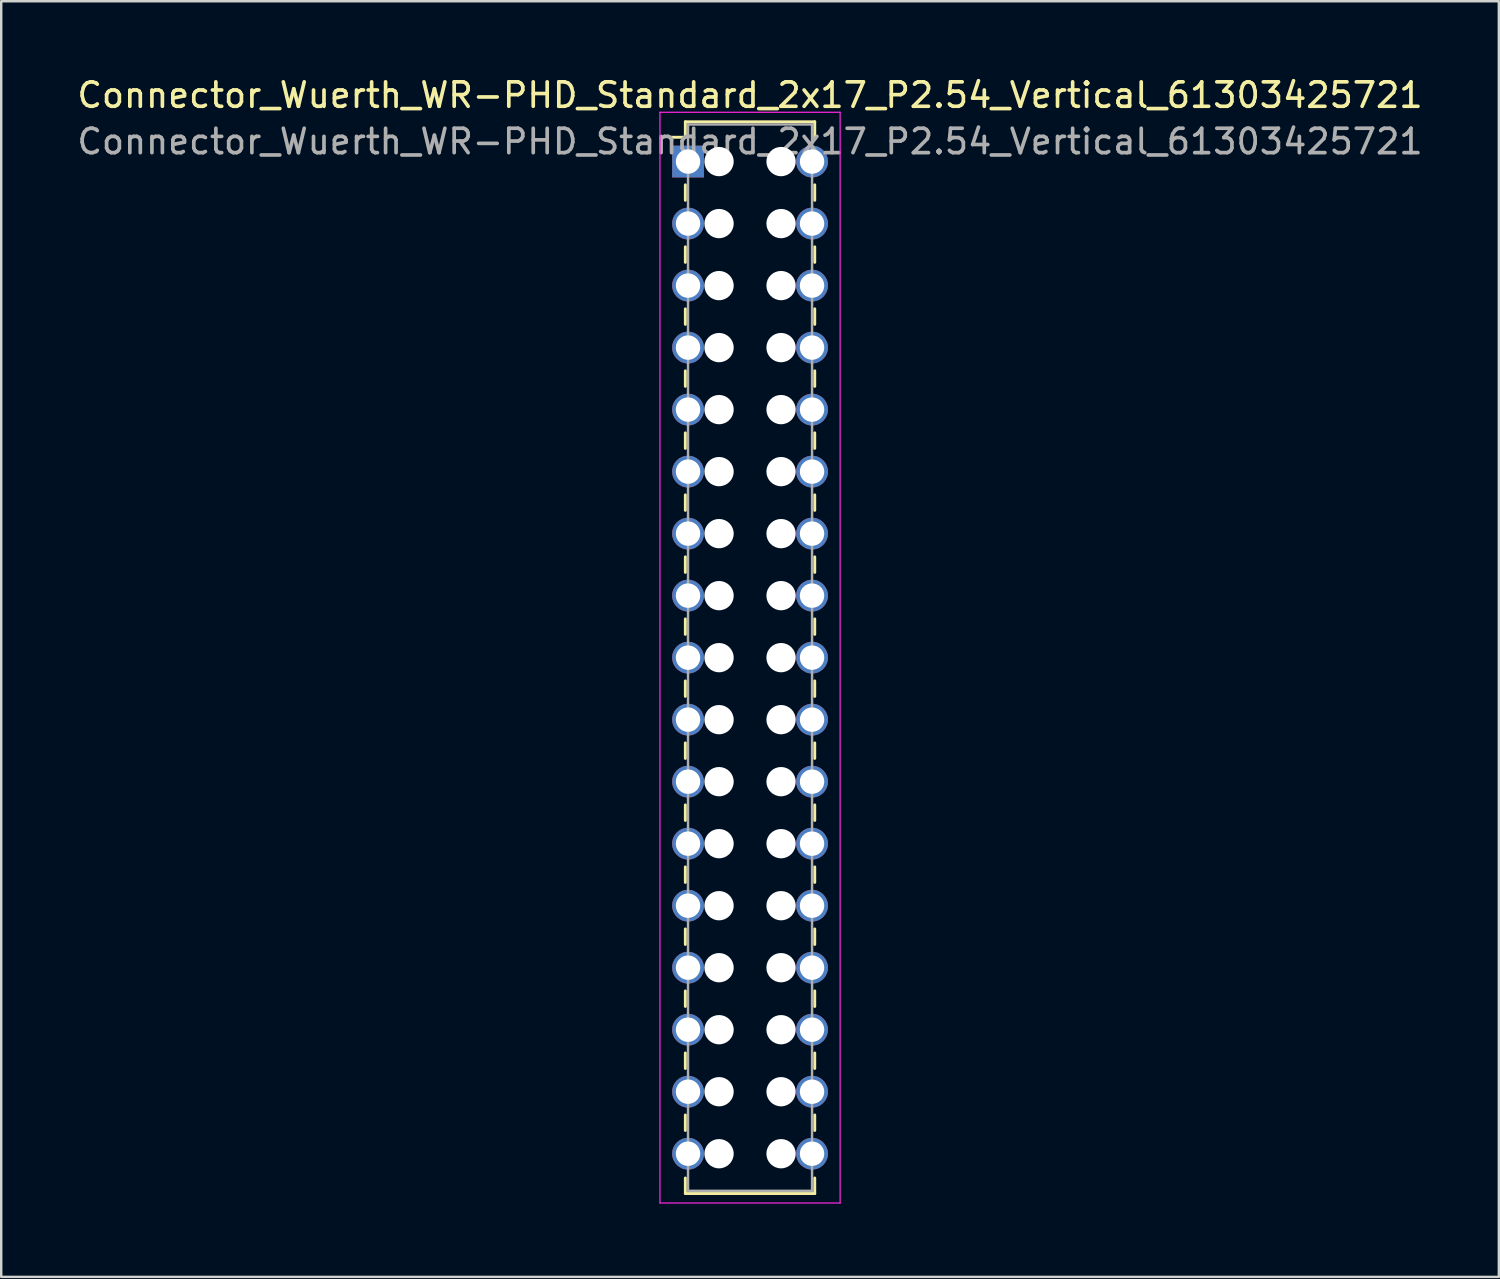
<source format=kicad_pcb>
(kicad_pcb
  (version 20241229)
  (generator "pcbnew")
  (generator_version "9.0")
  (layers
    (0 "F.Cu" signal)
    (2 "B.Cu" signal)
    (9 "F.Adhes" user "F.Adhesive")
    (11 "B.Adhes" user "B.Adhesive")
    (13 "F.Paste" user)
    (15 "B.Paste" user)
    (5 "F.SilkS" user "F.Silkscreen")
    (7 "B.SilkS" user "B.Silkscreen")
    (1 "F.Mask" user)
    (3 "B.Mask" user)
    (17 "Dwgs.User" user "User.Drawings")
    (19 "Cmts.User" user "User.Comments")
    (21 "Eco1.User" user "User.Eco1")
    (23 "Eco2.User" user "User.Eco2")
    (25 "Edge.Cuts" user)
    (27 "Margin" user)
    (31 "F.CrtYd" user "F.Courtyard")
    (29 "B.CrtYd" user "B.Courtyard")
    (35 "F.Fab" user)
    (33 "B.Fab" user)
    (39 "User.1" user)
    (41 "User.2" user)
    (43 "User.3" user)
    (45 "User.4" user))
  (footprint "Connector_Wuerth_WR-PHD_Standard_2x17_P2.54_Vertical_61303425721"
    (layer "F.Cu")
    (at 25.133 3.568)
    (property "Reference" "Connector_Wuerth_WR-PHD_Standard_2x17_P2.54_Vertical_61303425721" (at 2.54 -2.72 0) (layer "F.SilkS") (effects (font (size 1 1) (thickness 0.15))))
    (attr through_hole)
    (fp_line (start -0.11 -1.63) (end -0.11 -0.995) (stroke (width 0.12) (type solid)) (layer "F.SilkS"))
    (fp_line (start -0.11 -1.63) (end 5.19 -1.63) (stroke (width 0.12) (type solid)) (layer "F.SilkS"))
    (fp_line (start -0.11 -0.995) (end -0.745 -0.995) (stroke (width 0.12) (type solid)) (layer "F.SilkS"))
    (fp_line (start -0.11 0.953) (end -0.11 1.587) (stroke (width 0.12) (type solid)) (layer "F.SilkS"))
    (fp_line (start -0.11 3.493) (end -0.11 4.128) (stroke (width 0.12) (type solid)) (layer "F.SilkS"))
    (fp_line (start -0.11 6.032) (end -0.11 6.668) (stroke (width 0.12) (type solid)) (layer "F.SilkS"))
    (fp_line (start -0.11 8.572) (end -0.11 9.207) (stroke (width 0.12) (type solid)) (layer "F.SilkS"))
    (fp_line (start -0.11 11.113) (end -0.11 11.748) (stroke (width 0.12) (type solid)) (layer "F.SilkS"))
    (fp_line (start -0.11 13.652) (end -0.11 14.287) (stroke (width 0.12) (type solid)) (layer "F.SilkS"))
    (fp_line (start -0.11 16.192) (end -0.11 16.828) (stroke (width 0.12) (type solid)) (layer "F.SilkS"))
    (fp_line (start -0.11 18.733) (end -0.11 19.367) (stroke (width 0.12) (type solid)) (layer "F.SilkS"))
    (fp_line (start -0.11 21.273) (end -0.11 21.907) (stroke (width 0.12) (type solid)) (layer "F.SilkS"))
    (fp_line (start -0.11 23.812) (end -0.11 24.448) (stroke (width 0.12) (type solid)) (layer "F.SilkS"))
    (fp_line (start -0.11 26.352) (end -0.11 26.988) (stroke (width 0.12) (type solid)) (layer "F.SilkS"))
    (fp_line (start -0.11 28.892) (end -0.11 29.527) (stroke (width 0.12) (type solid)) (layer "F.SilkS"))
    (fp_line (start -0.11 31.433) (end -0.11 32.068) (stroke (width 0.12) (type solid)) (layer "F.SilkS"))
    (fp_line (start -0.11 33.972) (end -0.11 34.608) (stroke (width 0.12) (type solid)) (layer "F.SilkS"))
    (fp_line (start -0.11 36.513) (end -0.11 37.148) (stroke (width 0.12) (type solid)) (layer "F.SilkS"))
    (fp_line (start -0.11 39.053) (end -0.11 39.688) (stroke (width 0.12) (type solid)) (layer "F.SilkS"))
    (fp_line (start -0.11 42.27) (end -0.11 41.635) (stroke (width 0.12) (type solid)) (layer "F.SilkS"))
    (fp_line (start -0.11 42.27) (end 5.19 42.27) (stroke (width 0.12) (type solid)) (layer "F.SilkS"))
    (fp_line (start 5.19 -1.63) (end 5.19 -0.995) (stroke (width 0.12) (type solid)) (layer "F.SilkS"))
    (fp_line (start 5.19 0.953) (end 5.19 1.587) (stroke (width 0.12) (type solid)) (layer "F.SilkS"))
    (fp_line (start 5.19 3.493) (end 5.19 4.128) (stroke (width 0.12) (type solid)) (layer "F.SilkS"))
    (fp_line (start 5.19 6.032) (end 5.19 6.668) (stroke (width 0.12) (type solid)) (layer "F.SilkS"))
    (fp_line (start 5.19 8.572) (end 5.19 9.207) (stroke (width 0.12) (type solid)) (layer "F.SilkS"))
    (fp_line (start 5.19 11.113) (end 5.19 11.748) (stroke (width 0.12) (type solid)) (layer "F.SilkS"))
    (fp_line (start 5.19 13.652) (end 5.19 14.287) (stroke (width 0.12) (type solid)) (layer "F.SilkS"))
    (fp_line (start 5.19 16.192) (end 5.19 16.828) (stroke (width 0.12) (type solid)) (layer "F.SilkS"))
    (fp_line (start 5.19 18.733) (end 5.19 19.367) (stroke (width 0.12) (type solid)) (layer "F.SilkS"))
    (fp_line (start 5.19 21.273) (end 5.19 21.907) (stroke (width 0.12) (type solid)) (layer "F.SilkS"))
    (fp_line (start 5.19 23.812) (end 5.19 24.448) (stroke (width 0.12) (type solid)) (layer "F.SilkS"))
    (fp_line (start 5.19 26.352) (end 5.19 26.988) (stroke (width 0.12) (type solid)) (layer "F.SilkS"))
    (fp_line (start 5.19 28.892) (end 5.19 29.527) (stroke (width 0.12) (type solid)) (layer "F.SilkS"))
    (fp_line (start 5.19 31.433) (end 5.19 32.068) (stroke (width 0.12) (type solid)) (layer "F.SilkS"))
    (fp_line (start 5.19 33.972) (end 5.19 34.608) (stroke (width 0.12) (type solid)) (layer "F.SilkS"))
    (fp_line (start 5.19 36.513) (end 5.19 37.148) (stroke (width 0.12) (type solid)) (layer "F.SilkS"))
    (fp_line (start 5.19 39.053) (end 5.19 39.688) (stroke (width 0.12) (type solid)) (layer "F.SilkS"))
    (fp_line (start 5.19 42.27) (end 5.19 41.635) (stroke (width 0.12) (type solid)) (layer "F.SilkS"))
    (fp_line (start -1.15 -2.02) (end -1.15 42.66) (stroke (width 0.05) (type solid)) (layer "F.CrtYd"))
    (fp_line (start -1.15 42.66) (end 6.23 42.66) (stroke (width 0.05) (type solid)) (layer "F.CrtYd"))
    (fp_line (start 6.23 -2.02) (end -1.15 -2.02) (stroke (width 0.05) (type solid)) (layer "F.CrtYd"))
    (fp_line (start 6.23 42.66) (end 6.23 -2.02) (stroke (width 0.05) (type solid)) (layer "F.CrtYd"))
    (fp_line (start 0 -1.52) (end 0 42.16) (stroke (width 0.1) (type solid)) (layer "F.Fab"))
    (fp_line (start 0 42.16) (end 5.08 42.16) (stroke (width 0.1) (type solid)) (layer "F.Fab"))
    (fp_line (start 5.08 -1.52) (end 0 -1.52) (stroke (width 0.1) (type solid)) (layer "F.Fab"))
    (fp_line (start 5.08 42.16) (end 5.08 -1.52) (stroke (width 0.1) (type solid)) (layer "F.Fab"))
    (fp_text user "${REFERENCE}" (at 2.54 -0.82 0) (layer "F.Fab") (effects (font (size 1 1) (thickness 0.15))))
    (pad "" np_thru_hole circle (at 1.27 0) (size 1.2 1.2) (drill 1.2) (layers "*.Cu" "*.Mask"))
    (pad "" np_thru_hole circle (at 1.27 2.54) (size 1.2 1.2) (drill 1.2) (layers "*.Cu" "*.Mask"))
    (pad "" np_thru_hole circle (at 1.27 5.08) (size 1.2 1.2) (drill 1.2) (layers "*.Cu" "*.Mask"))
    (pad "" np_thru_hole circle (at 1.27 7.62) (size 1.2 1.2) (drill 1.2) (layers "*.Cu" "*.Mask"))
    (pad "" np_thru_hole circle (at 1.27 10.16) (size 1.2 1.2) (drill 1.2) (layers "*.Cu" "*.Mask"))
    (pad "" np_thru_hole circle (at 1.27 12.7) (size 1.2 1.2) (drill 1.2) (layers "*.Cu" "*.Mask"))
    (pad "" np_thru_hole circle (at 1.27 15.24) (size 1.2 1.2) (drill 1.2) (layers "*.Cu" "*.Mask"))
    (pad "" np_thru_hole circle (at 1.27 17.78) (size 1.2 1.2) (drill 1.2) (layers "*.Cu" "*.Mask"))
    (pad "" np_thru_hole circle (at 1.27 20.32) (size 1.2 1.2) (drill 1.2) (layers "*.Cu" "*.Mask"))
    (pad "" np_thru_hole circle (at 1.27 22.86) (size 1.2 1.2) (drill 1.2) (layers "*.Cu" "*.Mask"))
    (pad "" np_thru_hole circle (at 1.27 25.4) (size 1.2 1.2) (drill 1.2) (layers "*.Cu" "*.Mask"))
    (pad "" np_thru_hole circle (at 1.27 27.94) (size 1.2 1.2) (drill 1.2) (layers "*.Cu" "*.Mask"))
    (pad "" np_thru_hole circle (at 1.27 30.48) (size 1.2 1.2) (drill 1.2) (layers "*.Cu" "*.Mask"))
    (pad "" np_thru_hole circle (at 1.27 33.02) (size 1.2 1.2) (drill 1.2) (layers "*.Cu" "*.Mask"))
    (pad "" np_thru_hole circle (at 1.27 35.56) (size 1.2 1.2) (drill 1.2) (layers "*.Cu" "*.Mask"))
    (pad "" np_thru_hole circle (at 1.27 38.1) (size 1.2 1.2) (drill 1.2) (layers "*.Cu" "*.Mask"))
    (pad "" np_thru_hole circle (at 1.27 40.64) (size 1.2 1.2) (drill 1.2) (layers "*.Cu" "*.Mask"))
    (pad "" np_thru_hole circle (at 3.81 0) (size 1.2 1.2) (drill 1.2) (layers "*.Cu" "*.Mask"))
    (pad "" np_thru_hole circle (at 3.81 2.54) (size 1.2 1.2) (drill 1.2) (layers "*.Cu" "*.Mask"))
    (pad "" np_thru_hole circle (at 3.81 5.08) (size 1.2 1.2) (drill 1.2) (layers "*.Cu" "*.Mask"))
    (pad "" np_thru_hole circle (at 3.81 7.62) (size 1.2 1.2) (drill 1.2) (layers "*.Cu" "*.Mask"))
    (pad "" np_thru_hole circle (at 3.81 10.16) (size 1.2 1.2) (drill 1.2) (layers "*.Cu" "*.Mask"))
    (pad "" np_thru_hole circle (at 3.81 12.7) (size 1.2 1.2) (drill 1.2) (layers "*.Cu" "*.Mask"))
    (pad "" np_thru_hole circle (at 3.81 15.24) (size 1.2 1.2) (drill 1.2) (layers "*.Cu" "*.Mask"))
    (pad "" np_thru_hole circle (at 3.81 17.78) (size 1.2 1.2) (drill 1.2) (layers "*.Cu" "*.Mask"))
    (pad "" np_thru_hole circle (at 3.81 20.32) (size 1.2 1.2) (drill 1.2) (layers "*.Cu" "*.Mask"))
    (pad "" np_thru_hole circle (at 3.81 22.86) (size 1.2 1.2) (drill 1.2) (layers "*.Cu" "*.Mask"))
    (pad "" np_thru_hole circle (at 3.81 25.4) (size 1.2 1.2) (drill 1.2) (layers "*.Cu" "*.Mask"))
    (pad "" np_thru_hole circle (at 3.81 27.94) (size 1.2 1.2) (drill 1.2) (layers "*.Cu" "*.Mask"))
    (pad "" np_thru_hole circle (at 3.81 30.48) (size 1.2 1.2) (drill 1.2) (layers "*.Cu" "*.Mask"))
    (pad "" np_thru_hole circle (at 3.81 33.02) (size 1.2 1.2) (drill 1.2) (layers "*.Cu" "*.Mask"))
    (pad "" np_thru_hole circle (at 3.81 35.56) (size 1.2 1.2) (drill 1.2) (layers "*.Cu" "*.Mask"))
    (pad "" np_thru_hole circle (at 3.81 38.1) (size 1.2 1.2) (drill 1.2) (layers "*.Cu" "*.Mask"))
    (pad "" np_thru_hole circle (at 3.81 40.64) (size 1.2 1.2) (drill 1.2) (layers "*.Cu" "*.Mask"))
    (pad "1" thru_hole rect (at 0 0) (size 1.3 1.3) (drill 1) (layers "*.Cu" "*.Mask"))
    (pad "2" thru_hole circle (at 5.08 0) (size 1.3 1.3) (drill 1) (layers "*.Cu" "*.Mask"))
    (pad "3" thru_hole circle (at 0 2.54) (size 1.3 1.3) (drill 1) (layers "*.Cu" "*.Mask"))
    (pad "4" thru_hole circle (at 5.08 2.54) (size 1.3 1.3) (drill 1) (layers "*.Cu" "*.Mask"))
    (pad "5" thru_hole circle (at 0 5.08) (size 1.3 1.3) (drill 1) (layers "*.Cu" "*.Mask"))
    (pad "6" thru_hole circle (at 5.08 5.08) (size 1.3 1.3) (drill 1) (layers "*.Cu" "*.Mask"))
    (pad "7" thru_hole circle (at 0 7.62) (size 1.3 1.3) (drill 1) (layers "*.Cu" "*.Mask"))
    (pad "8" thru_hole circle (at 5.08 7.62) (size 1.3 1.3) (drill 1) (layers "*.Cu" "*.Mask"))
    (pad "9" thru_hole circle (at 0 10.16) (size 1.3 1.3) (drill 1) (layers "*.Cu" "*.Mask"))
    (pad "10" thru_hole circle (at 5.08 10.16) (size 1.3 1.3) (drill 1) (layers "*.Cu" "*.Mask"))
    (pad "11" thru_hole circle (at 0 12.7) (size 1.3 1.3) (drill 1) (layers "*.Cu" "*.Mask"))
    (pad "12" thru_hole circle (at 5.08 12.7) (size 1.3 1.3) (drill 1) (layers "*.Cu" "*.Mask"))
    (pad "13" thru_hole circle (at 0 15.24) (size 1.3 1.3) (drill 1) (layers "*.Cu" "*.Mask"))
    (pad "14" thru_hole circle (at 5.08 15.24) (size 1.3 1.3) (drill 1) (layers "*.Cu" "*.Mask"))
    (pad "15" thru_hole circle (at 0 17.78) (size 1.3 1.3) (drill 1) (layers "*.Cu" "*.Mask"))
    (pad "16" thru_hole circle (at 5.08 17.78) (size 1.3 1.3) (drill 1) (layers "*.Cu" "*.Mask"))
    (pad "17" thru_hole circle (at 0 20.32) (size 1.3 1.3) (drill 1) (layers "*.Cu" "*.Mask"))
    (pad "18" thru_hole circle (at 5.08 20.32) (size 1.3 1.3) (drill 1) (layers "*.Cu" "*.Mask"))
    (pad "19" thru_hole circle (at 0 22.86) (size 1.3 1.3) (drill 1) (layers "*.Cu" "*.Mask"))
    (pad "20" thru_hole circle (at 5.08 22.86) (size 1.3 1.3) (drill 1) (layers "*.Cu" "*.Mask"))
    (pad "21" thru_hole circle (at 0 25.4) (size 1.3 1.3) (drill 1) (layers "*.Cu" "*.Mask"))
    (pad "22" thru_hole circle (at 5.08 25.4) (size 1.3 1.3) (drill 1) (layers "*.Cu" "*.Mask"))
    (pad "23" thru_hole circle (at 0 27.94) (size 1.3 1.3) (drill 1) (layers "*.Cu" "*.Mask"))
    (pad "24" thru_hole circle (at 5.08 27.94) (size 1.3 1.3) (drill 1) (layers "*.Cu" "*.Mask"))
    (pad "25" thru_hole circle (at 0 30.48) (size 1.3 1.3) (drill 1) (layers "*.Cu" "*.Mask"))
    (pad "26" thru_hole circle (at 5.08 30.48) (size 1.3 1.3) (drill 1) (layers "*.Cu" "*.Mask"))
    (pad "27" thru_hole circle (at 0 33.02) (size 1.3 1.3) (drill 1) (layers "*.Cu" "*.Mask"))
    (pad "28" thru_hole circle (at 5.08 33.02) (size 1.3 1.3) (drill 1) (layers "*.Cu" "*.Mask"))
    (pad "29" thru_hole circle (at 0 35.56) (size 1.3 1.3) (drill 1) (layers "*.Cu" "*.Mask"))
    (pad "30" thru_hole circle (at 5.08 35.56) (size 1.3 1.3) (drill 1) (layers "*.Cu" "*.Mask"))
    (pad "31" thru_hole circle (at 0 38.1) (size 1.3 1.3) (drill 1) (layers "*.Cu" "*.Mask"))
    (pad "32" thru_hole circle (at 5.08 38.1) (size 1.3 1.3) (drill 1) (layers "*.Cu" "*.Mask"))
    (pad "33" thru_hole circle (at 0 40.64) (size 1.3 1.3) (drill 1) (layers "*.Cu" "*.Mask"))
    (pad "34" thru_hole circle (at 5.08 40.64) (size 1.3 1.3) (drill 1) (layers "*.Cu" "*.Mask")))
  (gr_rect
    (start -3 -3)
    (end 58.345 49.253)
    (stroke (width 0.1) (type default))
    (fill no)
    (layer "Edge.Cuts")))
</source>
